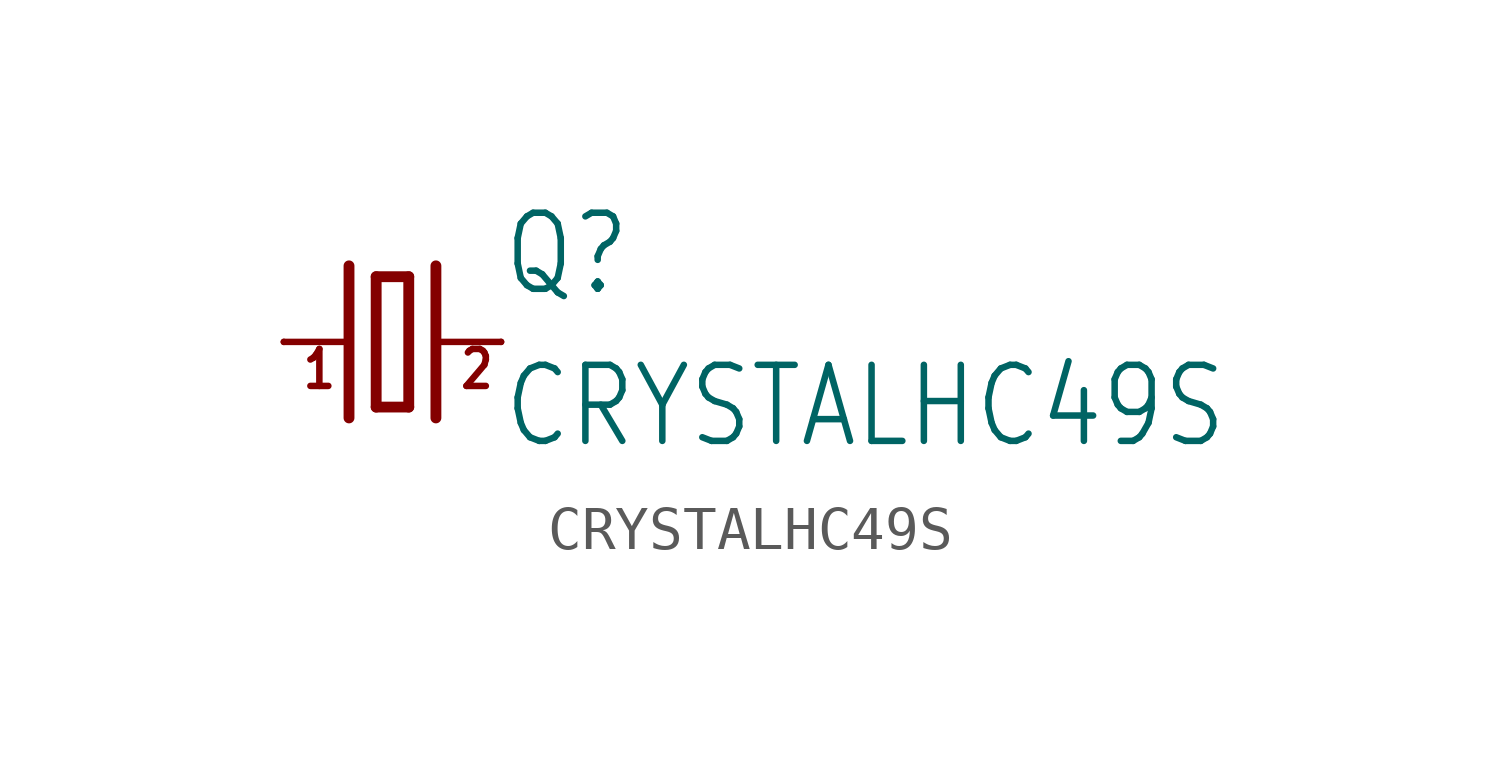
<source format=kicad_sym>
(kicad_symbol_lib
  (version 20220914)
  (generator kicad_symbol_editor)
  (symbol "CRYSTALHC49S"
    (property "Reference" "Q"
      (at 2.54 1.016 0)
      (effects (font (size 1.778 1.511)) (justify left bottom)))
    (property "Value" "CRYSTALHC49S"
      (at 2.54 -2.54 0)
      (effects (font (size 1.778 1.511)) (justify left bottom)))
    (property "ki_locked" ""
      (at 0 0 0)
      (effects (font (size 1.27 1.27))))
    (symbol "CRYSTALHC49S_1_0"
      (polyline (pts (xy -2.54 0) (xy -1.016 0)) (stroke (width 0.152) (type default)) (fill (type none)))
      (polyline (pts (xy -1.016 1.778) (xy -1.016 -1.778)) (stroke (width 0.254) (type default)) (fill (type none)))
      (polyline (pts (xy -0.381 -1.524) (xy 0.381 -1.524)) (stroke (width 0.254) (type default)) (fill (type none)))
      (polyline (pts (xy -0.381 1.524) (xy -0.381 -1.524)) (stroke (width 0.254) (type default)) (fill (type none)))
      (polyline (pts (xy 0.381 -1.524) (xy 0.381 1.524)) (stroke (width 0.254) (type default)) (fill (type none)))
      (polyline (pts (xy 0.381 1.524) (xy -0.381 1.524)) (stroke (width 0.254) (type default)) (fill (type none)))
      (polyline (pts (xy 1.016 0) (xy 2.54 0)) (stroke (width 0.152) (type default)) (fill (type none)))
      (polyline (pts (xy 1.016 1.778) (xy 1.016 -1.778)) (stroke (width 0.254) (type default)) (fill (type none)))
      (text "1" (at -2.159 -1.143 0) (effects (font (size 0.864 0.734)) (justify left bottom)))
      (text "2" (at 1.524 -1.143 0) (effects (font (size 0.864 0.734)) (justify left bottom)))
      (pin passive line (at -2.54 0 0) (length 0) (name "1" (effects (font (size 0 0)))) (number "1" (effects (font (size 0 0)))))
      (pin passive line (at 2.54 0 180) (length 0) (name "2" (effects (font (size 0 0)))) (number "2" (effects (font (size 0 0))))))))
</source>
